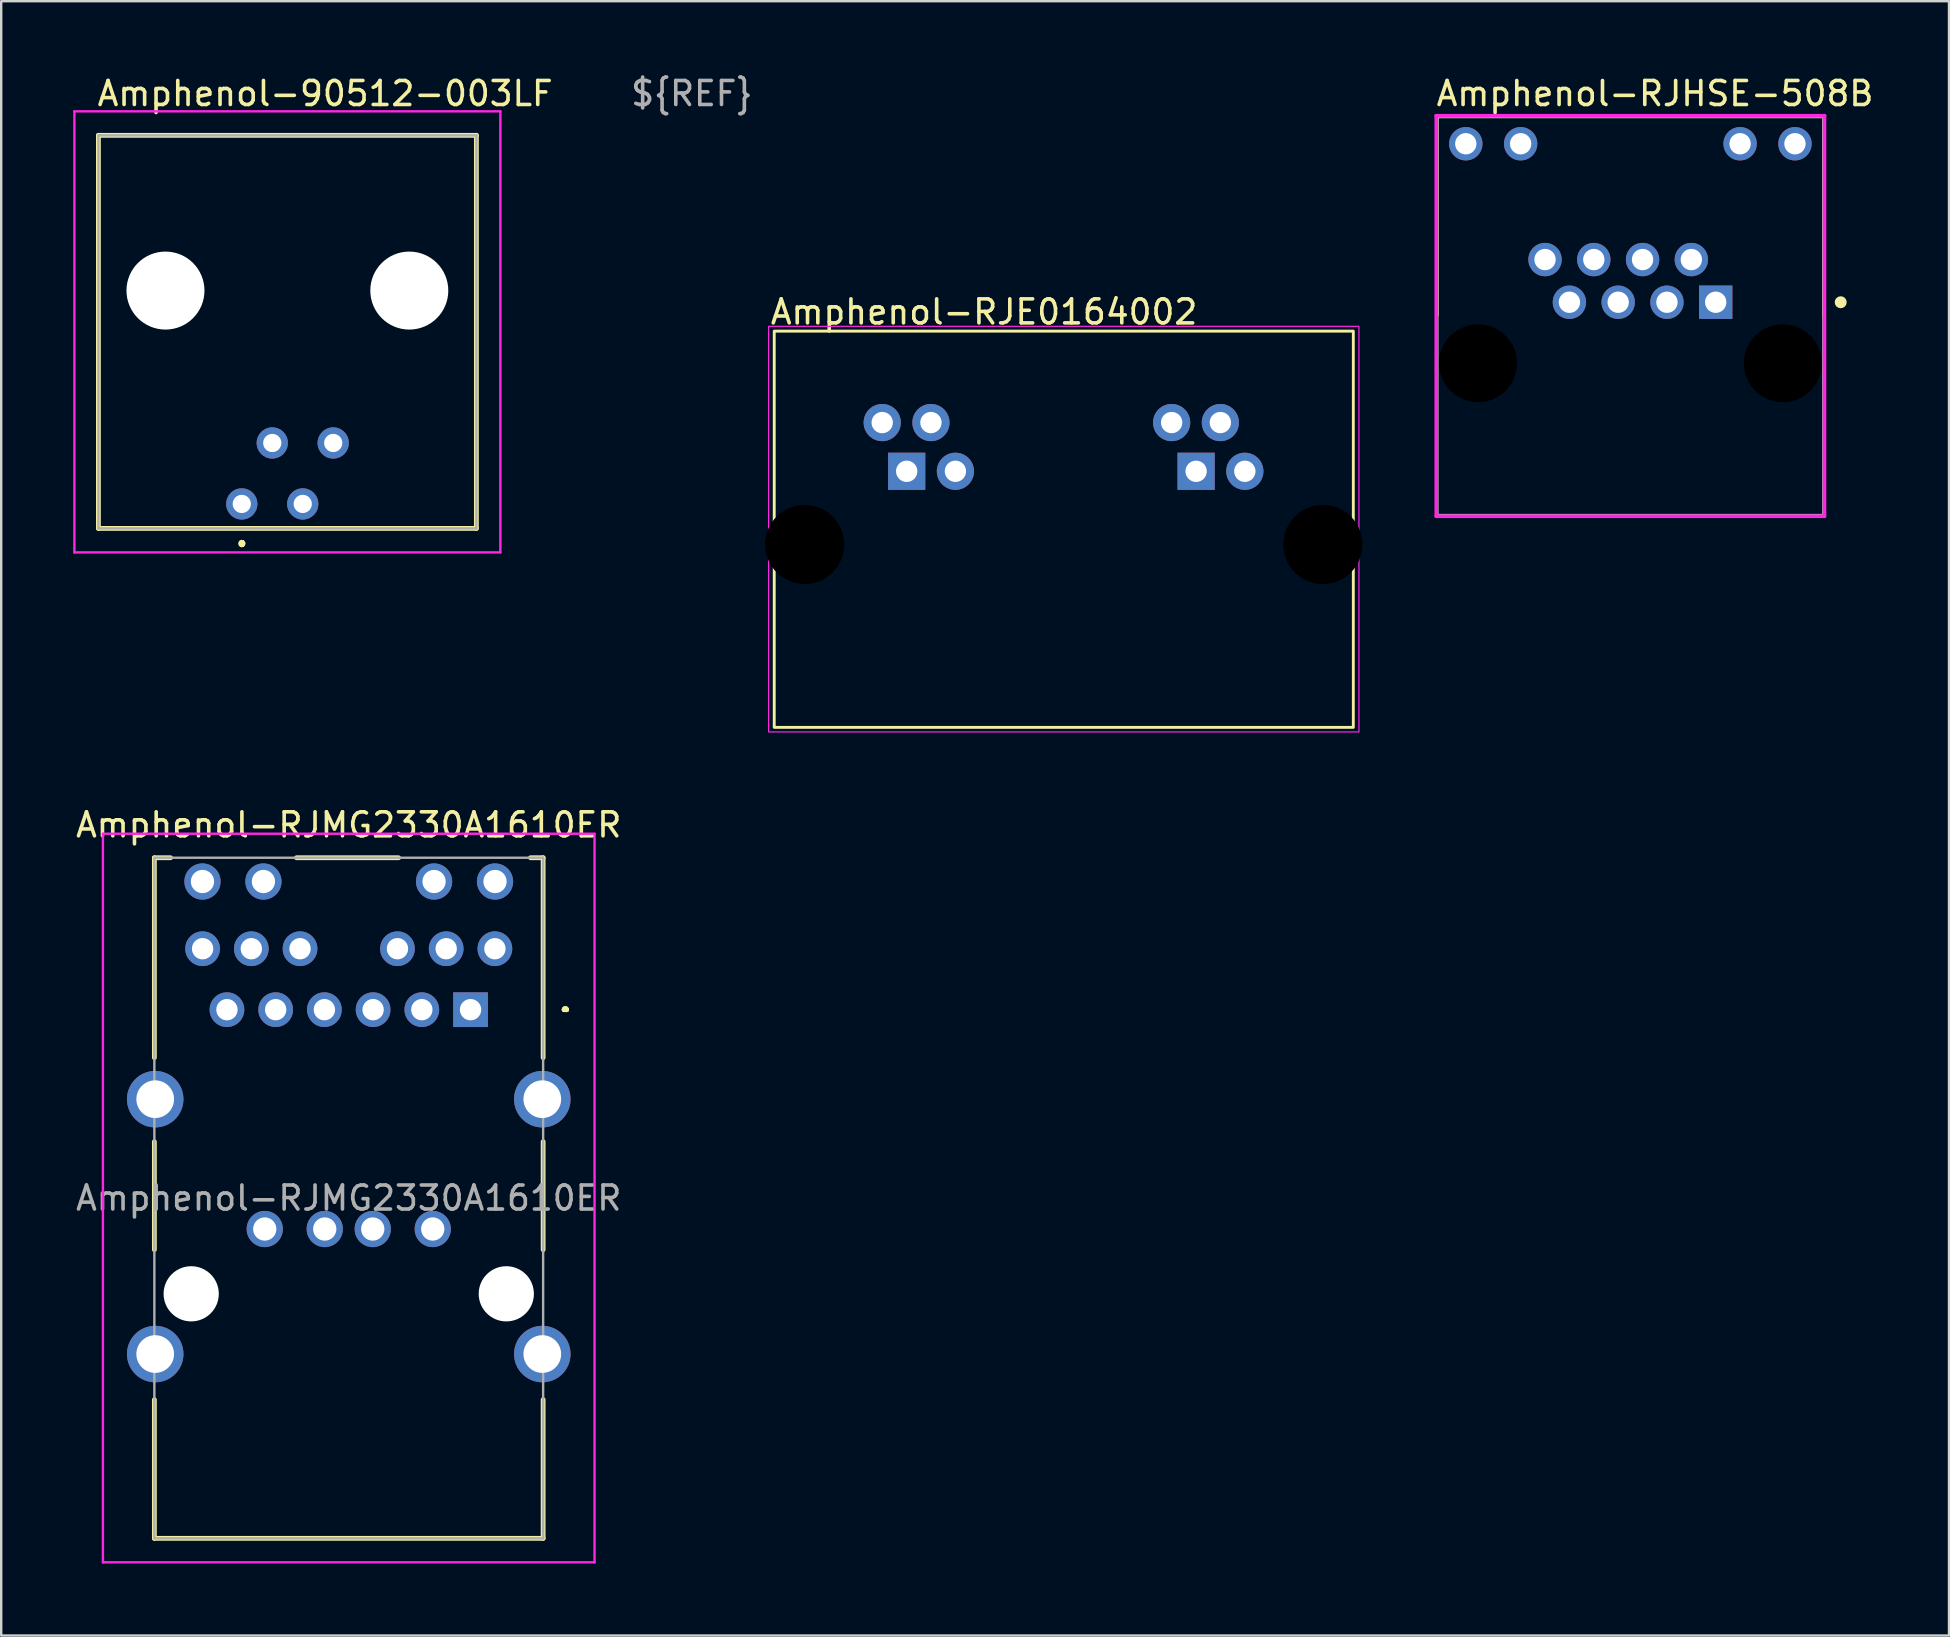
<source format=kicad_pcb>
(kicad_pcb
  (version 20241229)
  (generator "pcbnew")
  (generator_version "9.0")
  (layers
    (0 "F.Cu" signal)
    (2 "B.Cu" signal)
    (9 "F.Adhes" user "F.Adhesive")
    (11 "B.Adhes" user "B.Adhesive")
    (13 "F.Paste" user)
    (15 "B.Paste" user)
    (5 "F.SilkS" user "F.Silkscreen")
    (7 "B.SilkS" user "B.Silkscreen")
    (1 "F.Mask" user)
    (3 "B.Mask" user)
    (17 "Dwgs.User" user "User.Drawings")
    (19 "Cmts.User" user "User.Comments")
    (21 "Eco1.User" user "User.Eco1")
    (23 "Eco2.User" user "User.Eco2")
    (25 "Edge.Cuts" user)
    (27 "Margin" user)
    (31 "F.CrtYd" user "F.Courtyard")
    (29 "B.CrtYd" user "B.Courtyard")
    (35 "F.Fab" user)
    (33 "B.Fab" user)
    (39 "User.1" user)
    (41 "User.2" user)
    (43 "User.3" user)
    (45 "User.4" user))
  (footprint "Amphenol-RJMG2330A1610ER"
    (layer "F.Cu")
    (at 16.557 39.022)
    (property "Reference" "Amphenol-RJMG2330A1610ER" (at -5.075 -7.7 0) (layer "F.SilkS") (effects (font (size 1 1) (thickness 0.15))))
    (attr through_hole)
    (fp_line (start -13.175 -6.33) (end -12.5 -6.33) (stroke (width 0.2) (type solid)) (layer "F.SilkS"))
    (fp_line (start -13.175 2) (end -13.175 -6.33) (stroke (width 0.2) (type solid)) (layer "F.SilkS"))
    (fp_line (start -13.175 10) (end -13.175 5.5) (stroke (width 0.2) (type solid)) (layer "F.SilkS"))
    (fp_line (start -13.175 22.03) (end -13.175 16.25) (stroke (width 0.2) (type solid)) (layer "F.SilkS"))
    (fp_line (start -7.25 -6.33) (end -3 -6.33) (stroke (width 0.2) (type solid)) (layer "F.SilkS"))
    (fp_line (start 2.5 -6.33) (end 3.025 -6.33) (stroke (width 0.2) (type solid)) (layer "F.SilkS"))
    (fp_line (start 3.025 -6.33) (end 3.025 2) (stroke (width 0.2) (type solid)) (layer "F.SilkS"))
    (fp_line (start 3.025 5.5) (end 3.025 10) (stroke (width 0.2) (type solid)) (layer "F.SilkS"))
    (fp_line (start 3.025 16.25) (end 3.025 22.03) (stroke (width 0.2) (type solid)) (layer "F.SilkS"))
    (fp_line (start 3.025 22.03) (end -13.175 22.03) (stroke (width 0.2) (type solid)) (layer "F.SilkS"))
    (fp_line (start 3.9 0) (end 4 0) (stroke (width 0.2) (type solid)) (layer "F.SilkS"))
    (fp_line (start 4 0) (end 4 0) (stroke (width 0.2) (type solid)) (layer "F.SilkS"))
    (fp_line (start 4 0) (end 4 0) (stroke (width 0.2) (type solid)) (layer "F.SilkS"))
    (fp_arc (start 3.9 0) (mid 3.95 -0.05) (end 4 0) (stroke (width 0.2) (type solid)) (layer "F.SilkS"))
    (fp_arc (start 3.9 0) (mid 3.95 -0.05) (end 4 0) (stroke (width 0.2) (type solid)) (layer "F.SilkS"))
    (fp_line (start -15.318 -7.33) (end 5.167 -7.33) (stroke (width 0.1) (type solid)) (layer "F.CrtYd"))
    (fp_line (start -15.318 23.03) (end -15.318 -7.33) (stroke (width 0.1) (type solid)) (layer "F.CrtYd"))
    (fp_line (start 5.167 -7.33) (end 5.167 23.03) (stroke (width 0.1) (type solid)) (layer "F.CrtYd"))
    (fp_line (start 5.167 23.03) (end -15.318 23.03) (stroke (width 0.1) (type solid)) (layer "F.CrtYd"))
    (fp_line (start -13.175 -6.33) (end -13.175 22.03) (stroke (width 0.1) (type solid)) (layer "F.Fab"))
    (fp_line (start -13.175 22.03) (end 3.025 22.03) (stroke (width 0.1) (type solid)) (layer "F.Fab"))
    (fp_line (start 3.025 -6.33) (end -13.175 -6.33) (stroke (width 0.1) (type solid)) (layer "F.Fab"))
    (fp_line (start 3.025 22.03) (end 3.025 -6.33) (stroke (width 0.1) (type solid)) (layer "F.Fab"))
    (fp_text user "${REFERENCE}" (at -5.075 7.85 0) (layer "F.Fab") (effects (font (size 1 1) (thickness 0.15))))
    (pad "" np_thru_hole circle (at -11.64 11.84) (size 2.3 2.3) (drill 2.3) (layers "*.Cu" "*.Mask"))
    (pad "" np_thru_hole circle (at 1.49 11.84) (size 2.3 2.3) (drill 2.3) (layers "*.Cu" "*.Mask"))
    (pad "L1" thru_hole circle (at 1.02 -5.34) (size 1.509 1.509) (drill 0.97) (layers "*.Cu" "*.Mask"))
    (pad "L2" thru_hole circle (at -1.52 -5.34) (size 1.509 1.509) (drill 0.97) (layers "*.Cu" "*.Mask"))
    (pad "L3" thru_hole circle (at -8.63 -5.34) (size 1.509 1.509) (drill 0.97) (layers "*.Cu" "*.Mask"))
    (pad "L4" thru_hole circle (at -11.17 -5.34) (size 1.509 1.509) (drill 0.97) (layers "*.Cu" "*.Mask"))
    (pad "MH1" thru_hole circle (at 2.99 14.35) (size 2.355 2.355) (drill 1.57) (layers "*.Cu" "*.Mask"))
    (pad "MH2" thru_hole circle (at -13.14 14.35) (size 2.355 2.355) (drill 1.57) (layers "*.Cu" "*.Mask"))
    (pad "MH3" thru_hole circle (at 2.99 3.73) (size 2.355 2.355) (drill 1.57) (layers "*.Cu" "*.Mask"))
    (pad "MH4" thru_hole circle (at -13.14 3.73) (size 2.355 2.355) (drill 1.57) (layers "*.Cu" "*.Mask"))
    (pad "R1" thru_hole rect (at 0 0) (size 1.446 1.446) (drill 0.89) (layers "*.Cu" "*.Mask"))
    (pad "R2" thru_hole circle (at -2.03 0) (size 1.446 1.446) (drill 0.89) (layers "*.Cu" "*.Mask"))
    (pad "R3" thru_hole circle (at -4.06 0) (size 1.446 1.446) (drill 0.89) (layers "*.Cu" "*.Mask"))
    (pad "R4" thru_hole circle (at -6.09 0) (size 1.446 1.446) (drill 0.89) (layers "*.Cu" "*.Mask"))
    (pad "R5" thru_hole circle (at -8.12 0) (size 1.446 1.446) (drill 0.89) (layers "*.Cu" "*.Mask"))
    (pad "R6" thru_hole circle (at -10.15 0) (size 1.446 1.446) (drill 0.89) (layers "*.Cu" "*.Mask"))
    (pad "R7" thru_hole circle (at 1.015 -2.54) (size 1.446 1.446) (drill 0.89) (layers "*.Cu" "*.Mask"))
    (pad "R8" thru_hole circle (at -1.015 -2.54) (size 1.446 1.446) (drill 0.89) (layers "*.Cu" "*.Mask"))
    (pad "R9" thru_hole circle (at -3.045 -2.54) (size 1.446 1.446) (drill 0.89) (layers "*.Cu" "*.Mask"))
    (pad "R10" thru_hole circle (at -7.105 -2.54) (size 1.446 1.446) (drill 0.89) (layers "*.Cu" "*.Mask"))
    (pad "R11" thru_hole circle (at -9.135 -2.54) (size 1.446 1.446) (drill 0.89) (layers "*.Cu" "*.Mask"))
    (pad "R12" thru_hole circle (at -11.165 -2.54) (size 1.446 1.446) (drill 0.89) (layers "*.Cu" "*.Mask"))
    (pad "U1" thru_hole circle (at -8.575 9.14) (size 1.509 1.509) (drill 0.97) (layers "*.Cu" "*.Mask"))
    (pad "U2" thru_hole circle (at -6.075 9.14) (size 1.509 1.509) (drill 0.97) (layers "*.Cu" "*.Mask"))
    (pad "U3" thru_hole circle (at -4.075 9.14) (size 1.509 1.509) (drill 0.97) (layers "*.Cu" "*.Mask"))
    (pad "U4" thru_hole circle (at -1.575 9.14) (size 1.509 1.509) (drill 0.97) (layers "*.Cu" "*.Mask")))
  (footprint "Amphenol-RJE0164002"
    (layer "F.Cu")
    (at 41.276 10.748)
    (property "Reference" "Amphenol-RJE0164002" (at -12.3 -0.8 0) (unlocked yes) (layer "F.SilkS") (effects (font (size 1 1) (thickness 0.15)) (justify left)))
    (attr through_hole)
    (fp_rect (start -12.065 0) (end 12.065 16.51) (stroke (width 0.12) (type default)) (fill no) (layer "F.SilkS"))
    (fp_rect (start -12.3 -0.2) (end 12.3 16.7) (stroke (width 0.05) (type default)) (fill no) (layer "F.CrtYd"))
    (fp_text user "${REF}" (at -15.5 -9.9 0) (unlocked yes) (layer "F.Fab") (effects (font (size 1 1) (thickness 0.15))))
    (pad "" np_thru_hole circle (at -10.795 8.89) (size 3.3 3.3) (drill 3.3) (layers "*.Mask"))
    (pad "" np_thru_hole circle (at 10.795 8.89) (size 3.3 3.3) (drill 3.3) (layers "*.Mask"))
    (pad "a1" thru_hole rect (at -6.545 5.84) (size 1.55 1.55) (drill 0.89) (layers "*.Cu" "*.Mask"))
    (pad "a2" thru_hole circle (at -7.565 3.81) (size 1.55 1.55) (drill 0.89) (layers "*.Cu" "*.Mask"))
    (pad "a3" thru_hole circle (at -4.515 5.84) (size 1.55 1.55) (drill 0.89) (layers "*.Cu" "*.Mask"))
    (pad "a4" thru_hole circle (at -5.535 3.81) (size 1.55 1.55) (drill 0.89) (layers "*.Cu" "*.Mask"))
    (pad "b1" thru_hole rect (at 5.515 5.84) (size 1.55 1.55) (drill 0.89) (layers "*.Cu" "*.Mask"))
    (pad "b2" thru_hole circle (at 4.495 3.81) (size 1.55 1.55) (drill 0.89) (layers "*.Cu" "*.Mask"))
    (pad "b3" thru_hole circle (at 7.545 5.84) (size 1.55 1.55) (drill 0.89) (layers "*.Cu" "*.Mask"))
    (pad "b4" thru_hole circle (at 6.525 3.81) (size 1.55 1.55) (drill 0.89) (layers "*.Cu" "*.Mask")))
  (footprint "Amphenol-90512-003LF"
    (layer "F.Cu")
    (at 7.025 17.948)
    (property "Reference" "Amphenol-90512-003LF" (at -6.1 -17.1 0) (layer "F.SilkS") (effects (font (size 1 1) (thickness 0.15)) (justify left)))
    (attr through_hole)
    (fp_line (start -5.975 -15.36) (end 9.775 -15.36) (stroke (width 0.2) (type solid)) (layer "F.SilkS"))
    (fp_line (start -5.975 1.02) (end -5.975 -15.36) (stroke (width 0.2) (type solid)) (layer "F.SilkS"))
    (fp_line (start 0 1.6) (end 0 1.6) (stroke (width 0.2) (type solid)) (layer "F.SilkS"))
    (fp_line (start 0 1.7) (end 0 1.7) (stroke (width 0.2) (type solid)) (layer "F.SilkS"))
    (fp_line (start 0 1.7) (end 0 1.7) (stroke (width 0.2) (type solid)) (layer "F.SilkS"))
    (fp_line (start 9.775 -15.36) (end 9.775 1.02) (stroke (width 0.2) (type solid)) (layer "F.SilkS"))
    (fp_line (start 9.775 1.02) (end -5.975 1.02) (stroke (width 0.2) (type solid)) (layer "F.SilkS"))
    (fp_arc (start 0 1.6) (mid 0.05 1.65) (end 0 1.7) (stroke (width 0.2) (type solid)) (layer "F.SilkS"))
    (fp_arc (start 0 1.6) (mid 0.05 1.65) (end 0 1.7) (stroke (width 0.2) (type solid)) (layer "F.SilkS"))
    (fp_arc (start 0 1.7) (mid -0.05 1.65) (end 0 1.6) (stroke (width 0.2) (type solid)) (layer "F.SilkS"))
    (fp_line (start -6.975 -16.36) (end 10.775 -16.36) (stroke (width 0.1) (type solid)) (layer "F.CrtYd"))
    (fp_line (start -6.975 2.02) (end -6.975 -16.36) (stroke (width 0.1) (type solid)) (layer "F.CrtYd"))
    (fp_line (start 10.775 -16.36) (end 10.775 2.02) (stroke (width 0.1) (type solid)) (layer "F.CrtYd"))
    (fp_line (start 10.775 2.02) (end -6.975 2.02) (stroke (width 0.1) (type solid)) (layer "F.CrtYd"))
    (fp_line (start -5.975 -15.36) (end 9.775 -15.36) (stroke (width 0.1) (type solid)) (layer "F.Fab"))
    (fp_line (start -5.975 1.02) (end -5.975 -15.36) (stroke (width 0.1) (type solid)) (layer "F.Fab"))
    (fp_line (start 9.775 -15.36) (end 9.775 1.02) (stroke (width 0.1) (type solid)) (layer "F.Fab"))
    (fp_line (start 9.775 1.02) (end -5.975 1.02) (stroke (width 0.1) (type solid)) (layer "F.Fab"))
    (pad "" np_thru_hole circle (at -3.18 -8.89) (size 3.25 3.25) (drill 3.25) (layers "*.Cu" "*.Mask"))
    (pad "" np_thru_hole circle (at 6.98 -8.89) (size 3.25 3.25) (drill 3.25) (layers "*.Cu" "*.Mask"))
    (pad "2" thru_hole circle (at 0 0) (size 1.303 1.303) (drill 0.76) (layers "*.Cu" "*.Mask"))
    (pad "3" thru_hole circle (at 1.27 -2.54) (size 1.303 1.303) (drill 0.76) (layers "*.Cu" "*.Mask"))
    (pad "4" thru_hole circle (at 2.54 0) (size 1.303 1.303) (drill 0.76) (layers "*.Cu" "*.Mask"))
    (pad "5" thru_hole circle (at 3.81 -2.54) (size 1.303 1.303) (drill 0.76) (layers "*.Cu" "*.Mask")))
  (footprint "Amphenol-RJHSE-508B"
    (layer "F.Cu")
    (at 64.886 10.117)
    (property "Reference" "Amphenol-RJHSE-508B" (at -8.165 -9.268 0) (layer "F.SilkS") (effects (font (size 1 1) (thickness 0.15)) (justify left)))
    (attr through_hole)
    (fp_line (start -8.065 -8.319) (end 8.065 -8.319) (stroke (width 0.15) (type solid)) (layer "F.SilkS"))
    (fp_line (start -8.065 -0.033) (end -8.065 -8.319) (stroke (width 0.15) (type solid)) (layer "F.SilkS"))
    (fp_line (start 8.065 -0.033) (end 8.065 -8.319) (stroke (width 0.15) (type solid)) (layer "F.SilkS"))
    (fp_circle (center 8.764 -0.573) (end 8.889 -0.573) (stroke (width 0.25) (type solid)) (fill no) (layer "F.SilkS"))
    (fp_line (start -8.089 -8.344) (end -8.089 8.344) (stroke (width 0.15) (type solid)) (layer "F.CrtYd"))
    (fp_line (start -8.089 8.344) (end 8.089 8.344) (stroke (width 0.15) (type solid)) (layer "F.CrtYd"))
    (fp_line (start 8.089 -8.344) (end -8.089 -8.344) (stroke (width 0.15) (type solid)) (layer "F.CrtYd"))
    (fp_line (start 8.089 -8.344) (end 8.089 -8.344) (stroke (width 0.15) (type solid)) (layer "F.CrtYd"))
    (fp_line (start 8.089 8.344) (end 8.089 -8.344) (stroke (width 0.15) (type solid)) (layer "F.CrtYd"))
    (fp_line (start -8.065 -8.319) (end 8.065 -8.319) (stroke (width 0.15) (type solid)) (layer "F.Fab"))
    (fp_line (start -8.065 8.319) (end -8.065 -8.319) (stroke (width 0.15) (type solid)) (layer "F.Fab"))
    (fp_line (start 8.065 -8.319) (end 8.065 8.319) (stroke (width 0.15) (type solid)) (layer "F.Fab"))
    (fp_line (start 8.065 8.319) (end -8.065 8.319) (stroke (width 0.15) (type solid)) (layer "F.Fab"))
    (pad "" np_thru_hole circle (at -6.35 1.967) (size 3.25 3.25) (drill 3.25) (layers "*.Mask"))
    (pad "" np_thru_hole circle (at 6.35 1.967) (size 3.25 3.25) (drill 3.25) (layers "*.Mask"))
    (pad "1" thru_hole rect (at 3.556 -0.573) (size 1.39 1.39) (drill 0.89) (layers "*.Cu" "*.Mask"))
    (pad "2" thru_hole circle (at 2.54 -2.351) (size 1.39 1.39) (drill 0.89) (layers "*.Cu" "*.Mask"))
    (pad "3" thru_hole circle (at 1.524 -0.573) (size 1.39 1.39) (drill 0.89) (layers "*.Cu" "*.Mask"))
    (pad "4" thru_hole circle (at 0.508 -2.351) (size 1.39 1.39) (drill 0.89) (layers "*.Cu" "*.Mask"))
    (pad "5" thru_hole circle (at -0.508 -0.573) (size 1.39 1.39) (drill 0.89) (layers "*.Cu" "*.Mask"))
    (pad "6" thru_hole circle (at -1.524 -2.351) (size 1.39 1.39) (drill 0.89) (layers "*.Cu" "*.Mask"))
    (pad "7" thru_hole circle (at -2.54 -0.573) (size 1.39 1.39) (drill 0.89) (layers "*.Cu" "*.Mask"))
    (pad "8" thru_hole circle (at -3.556 -2.351) (size 1.39 1.39) (drill 0.89) (layers "*.Cu" "*.Mask"))
    (pad "9" thru_hole circle (at 6.858 -7.177) (size 1.39 1.39) (drill 0.89) (layers "*.Cu" "*.Mask"))
    (pad "10" thru_hole circle (at 4.572 -7.177) (size 1.39 1.39) (drill 0.89) (layers "*.Cu" "*.Mask"))
    (pad "11" thru_hole circle (at -4.572 -7.177) (size 1.39 1.39) (drill 0.89) (layers "*.Cu" "*.Mask"))
    (pad "12" thru_hole circle (at -6.858 -7.177) (size 1.39 1.39) (drill 0.89) (layers "*.Cu" "*.Mask")))
  (gr_rect
    (start -3 -3)
    (end 78.162 65.102)
    (stroke (width 0.1) (type default))
    (fill no)
    (layer "Edge.Cuts")))
</source>
